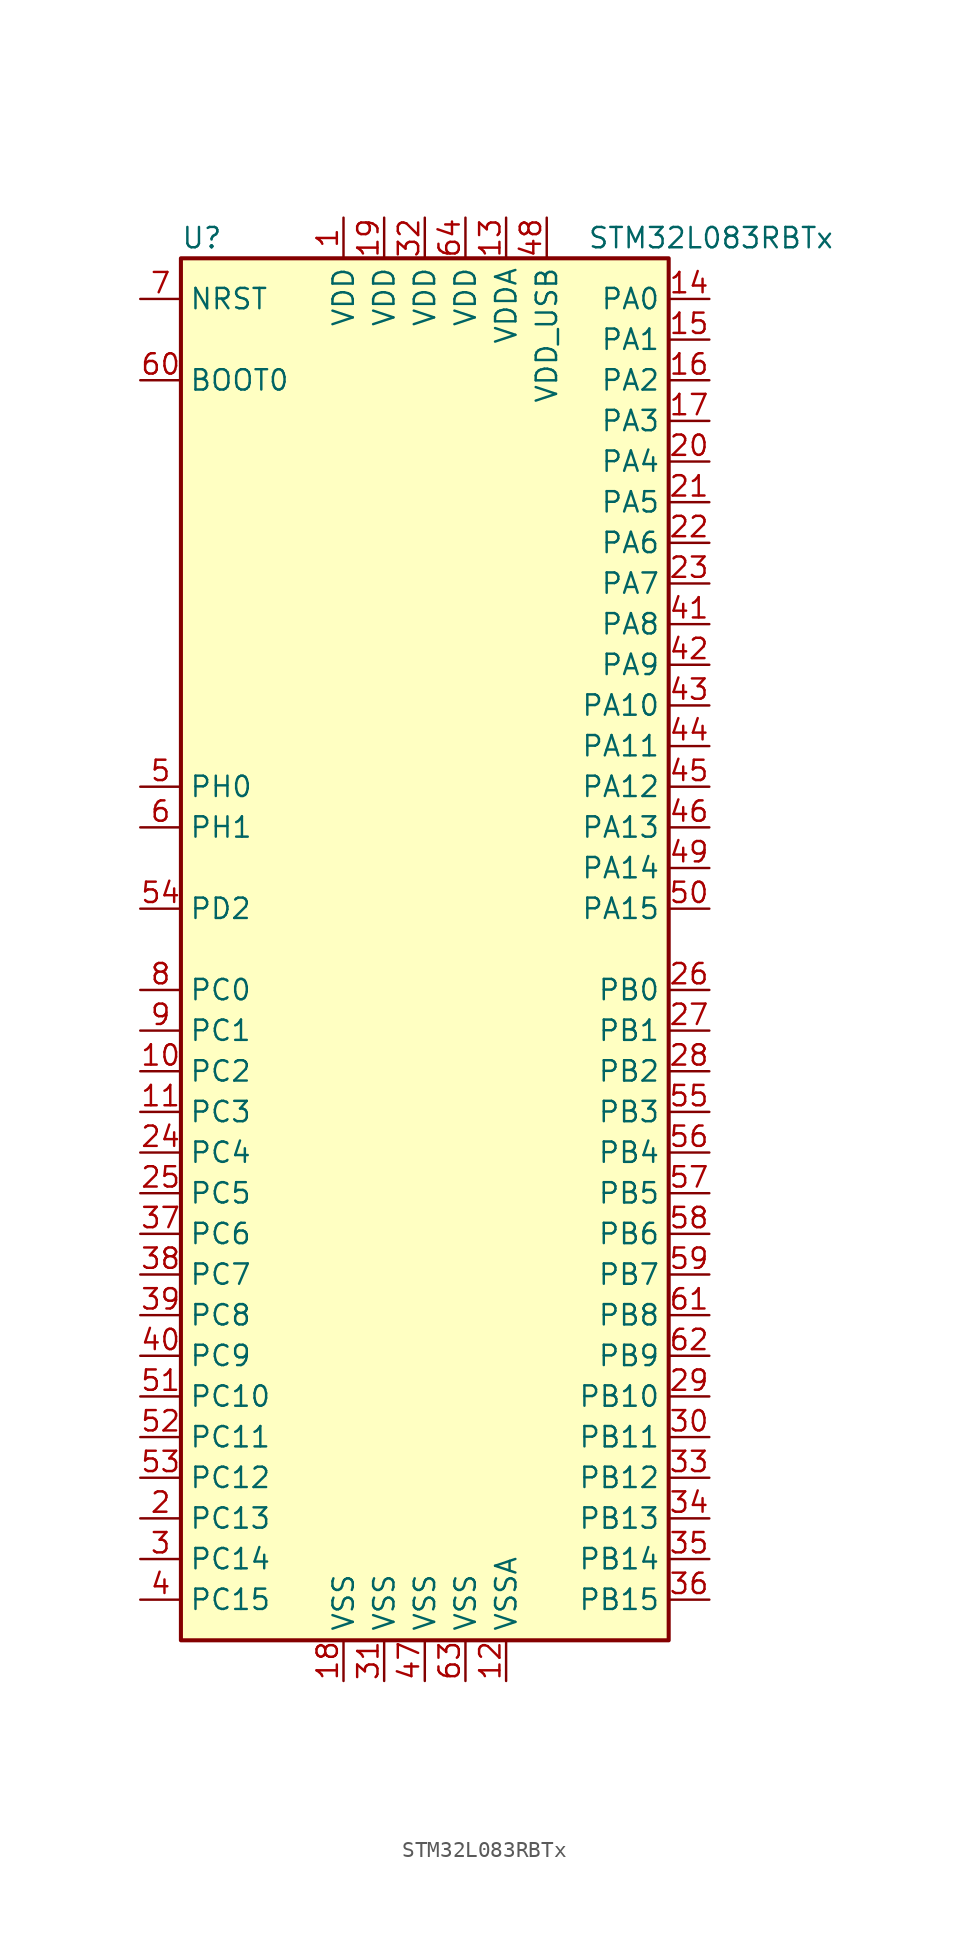
<source format=kicad_sym>
(kicad_symbol_lib
  (version 20211014)
  (generator kicad_symbol_editor)
  (symbol "STM32L083RBTx"
    (property "Reference" "U"
      (at -15.24 44.45 0)
      (effects (font (size 1.27 1.27)) (justify left)))
    (property "Value" "STM32L083RBTx"
      (at 10.16 44.45 0)
      (effects (font (size 1.27 1.27)) (justify left)))
    (symbol "STM32L083RBTx_0_1"
      (rectangle (start -15.24 -43.18) (end 15.24 43.18) (stroke (width 0.254) (type default) (color 0 0 0 0)) (fill (type background))))
    (symbol "STM32L083RBTx_1_1"
      (pin power_in line (at -5.08 45.72 270) (length 2.54) (name "VDD" (effects (font (size 1.27 1.27)))) (number "1" (effects (font (size 1.27 1.27)))))
      (pin bidirectional line (at -17.78 -7.62 0) (length 2.54) (name "PC2" (effects (font (size 1.27 1.27)))) (number "10" (effects (font (size 1.27 1.27)))))
      (pin bidirectional line (at -17.78 -10.16 0) (length 2.54) (name "PC3" (effects (font (size 1.27 1.27)))) (number "11" (effects (font (size 1.27 1.27)))))
      (pin power_in line (at 5.08 -45.72 90) (length 2.54) (name "VSSA" (effects (font (size 1.27 1.27)))) (number "12" (effects (font (size 1.27 1.27)))))
      (pin power_in line (at 5.08 45.72 270) (length 2.54) (name "VDDA" (effects (font (size 1.27 1.27)))) (number "13" (effects (font (size 1.27 1.27)))))
      (pin bidirectional line (at 17.78 40.64 180) (length 2.54) (name "PA0" (effects (font (size 1.27 1.27)))) (number "14" (effects (font (size 1.27 1.27)))))
      (pin bidirectional line (at 17.78 38.1 180) (length 2.54) (name "PA1" (effects (font (size 1.27 1.27)))) (number "15" (effects (font (size 1.27 1.27)))))
      (pin bidirectional line (at 17.78 35.56 180) (length 2.54) (name "PA2" (effects (font (size 1.27 1.27)))) (number "16" (effects (font (size 1.27 1.27)))))
      (pin bidirectional line (at 17.78 33.02 180) (length 2.54) (name "PA3" (effects (font (size 1.27 1.27)))) (number "17" (effects (font (size 1.27 1.27)))))
      (pin power_in line (at -5.08 -45.72 90) (length 2.54) (name "VSS" (effects (font (size 1.27 1.27)))) (number "18" (effects (font (size 1.27 1.27)))))
      (pin power_in line (at -2.54 45.72 270) (length 2.54) (name "VDD" (effects (font (size 1.27 1.27)))) (number "19" (effects (font (size 1.27 1.27)))))
      (pin bidirectional line (at -17.78 -35.56 0) (length 2.54) (name "PC13" (effects (font (size 1.27 1.27)))) (number "2" (effects (font (size 1.27 1.27)))))
      (pin bidirectional line (at 17.78 30.48 180) (length 2.54) (name "PA4" (effects (font (size 1.27 1.27)))) (number "20" (effects (font (size 1.27 1.27)))))
      (pin bidirectional line (at 17.78 27.94 180) (length 2.54) (name "PA5" (effects (font (size 1.27 1.27)))) (number "21" (effects (font (size 1.27 1.27)))))
      (pin bidirectional line (at 17.78 25.4 180) (length 2.54) (name "PA6" (effects (font (size 1.27 1.27)))) (number "22" (effects (font (size 1.27 1.27)))))
      (pin bidirectional line (at 17.78 22.86 180) (length 2.54) (name "PA7" (effects (font (size 1.27 1.27)))) (number "23" (effects (font (size 1.27 1.27)))))
      (pin bidirectional line (at -17.78 -12.7 0) (length 2.54) (name "PC4" (effects (font (size 1.27 1.27)))) (number "24" (effects (font (size 1.27 1.27)))))
      (pin bidirectional line (at -17.78 -15.24 0) (length 2.54) (name "PC5" (effects (font (size 1.27 1.27)))) (number "25" (effects (font (size 1.27 1.27)))))
      (pin bidirectional line (at 17.78 -2.54 180) (length 2.54) (name "PB0" (effects (font (size 1.27 1.27)))) (number "26" (effects (font (size 1.27 1.27)))))
      (pin bidirectional line (at 17.78 -5.08 180) (length 2.54) (name "PB1" (effects (font (size 1.27 1.27)))) (number "27" (effects (font (size 1.27 1.27)))))
      (pin bidirectional line (at 17.78 -7.62 180) (length 2.54) (name "PB2" (effects (font (size 1.27 1.27)))) (number "28" (effects (font (size 1.27 1.27)))))
      (pin bidirectional line (at 17.78 -27.94 180) (length 2.54) (name "PB10" (effects (font (size 1.27 1.27)))) (number "29" (effects (font (size 1.27 1.27)))))
      (pin bidirectional line (at -17.78 -38.1 0) (length 2.54) (name "PC14" (effects (font (size 1.27 1.27)))) (number "3" (effects (font (size 1.27 1.27)))))
      (pin bidirectional line (at 17.78 -30.48 180) (length 2.54) (name "PB11" (effects (font (size 1.27 1.27)))) (number "30" (effects (font (size 1.27 1.27)))))
      (pin power_in line (at -2.54 -45.72 90) (length 2.54) (name "VSS" (effects (font (size 1.27 1.27)))) (number "31" (effects (font (size 1.27 1.27)))))
      (pin power_in line (at 0 45.72 270) (length 2.54) (name "VDD" (effects (font (size 1.27 1.27)))) (number "32" (effects (font (size 1.27 1.27)))))
      (pin bidirectional line (at 17.78 -33.02 180) (length 2.54) (name "PB12" (effects (font (size 1.27 1.27)))) (number "33" (effects (font (size 1.27 1.27)))))
      (pin bidirectional line (at 17.78 -35.56 180) (length 2.54) (name "PB13" (effects (font (size 1.27 1.27)))) (number "34" (effects (font (size 1.27 1.27)))))
      (pin bidirectional line (at 17.78 -38.1 180) (length 2.54) (name "PB14" (effects (font (size 1.27 1.27)))) (number "35" (effects (font (size 1.27 1.27)))))
      (pin bidirectional line (at 17.78 -40.64 180) (length 2.54) (name "PB15" (effects (font (size 1.27 1.27)))) (number "36" (effects (font (size 1.27 1.27)))))
      (pin bidirectional line (at -17.78 -17.78 0) (length 2.54) (name "PC6" (effects (font (size 1.27 1.27)))) (number "37" (effects (font (size 1.27 1.27)))))
      (pin bidirectional line (at -17.78 -20.32 0) (length 2.54) (name "PC7" (effects (font (size 1.27 1.27)))) (number "38" (effects (font (size 1.27 1.27)))))
      (pin bidirectional line (at -17.78 -22.86 0) (length 2.54) (name "PC8" (effects (font (size 1.27 1.27)))) (number "39" (effects (font (size 1.27 1.27)))))
      (pin bidirectional line (at -17.78 -40.64 0) (length 2.54) (name "PC15" (effects (font (size 1.27 1.27)))) (number "4" (effects (font (size 1.27 1.27)))))
      (pin bidirectional line (at -17.78 -25.4 0) (length 2.54) (name "PC9" (effects (font (size 1.27 1.27)))) (number "40" (effects (font (size 1.27 1.27)))))
      (pin bidirectional line (at 17.78 20.32 180) (length 2.54) (name "PA8" (effects (font (size 1.27 1.27)))) (number "41" (effects (font (size 1.27 1.27)))))
      (pin bidirectional line (at 17.78 17.78 180) (length 2.54) (name "PA9" (effects (font (size 1.27 1.27)))) (number "42" (effects (font (size 1.27 1.27)))))
      (pin bidirectional line (at 17.78 15.24 180) (length 2.54) (name "PA10" (effects (font (size 1.27 1.27)))) (number "43" (effects (font (size 1.27 1.27)))))
      (pin bidirectional line (at 17.78 12.7 180) (length 2.54) (name "PA11" (effects (font (size 1.27 1.27)))) (number "44" (effects (font (size 1.27 1.27)))))
      (pin bidirectional line (at 17.78 10.16 180) (length 2.54) (name "PA12" (effects (font (size 1.27 1.27)))) (number "45" (effects (font (size 1.27 1.27)))))
      (pin bidirectional line (at 17.78 7.62 180) (length 2.54) (name "PA13" (effects (font (size 1.27 1.27)))) (number "46" (effects (font (size 1.27 1.27)))))
      (pin power_in line (at 0 -45.72 90) (length 2.54) (name "VSS" (effects (font (size 1.27 1.27)))) (number "47" (effects (font (size 1.27 1.27)))))
      (pin power_in line (at 7.62 45.72 270) (length 2.54) (name "VDD_USB" (effects (font (size 1.27 1.27)))) (number "48" (effects (font (size 1.27 1.27)))))
      (pin bidirectional line (at 17.78 5.08 180) (length 2.54) (name "PA14" (effects (font (size 1.27 1.27)))) (number "49" (effects (font (size 1.27 1.27)))))
      (pin input line (at -17.78 10.16 0) (length 2.54) (name "PH0" (effects (font (size 1.27 1.27)))) (number "5" (effects (font (size 1.27 1.27)))))
      (pin bidirectional line (at 17.78 2.54 180) (length 2.54) (name "PA15" (effects (font (size 1.27 1.27)))) (number "50" (effects (font (size 1.27 1.27)))))
      (pin bidirectional line (at -17.78 -27.94 0) (length 2.54) (name "PC10" (effects (font (size 1.27 1.27)))) (number "51" (effects (font (size 1.27 1.27)))))
      (pin bidirectional line (at -17.78 -30.48 0) (length 2.54) (name "PC11" (effects (font (size 1.27 1.27)))) (number "52" (effects (font (size 1.27 1.27)))))
      (pin bidirectional line (at -17.78 -33.02 0) (length 2.54) (name "PC12" (effects (font (size 1.27 1.27)))) (number "53" (effects (font (size 1.27 1.27)))))
      (pin bidirectional line (at -17.78 2.54 0) (length 2.54) (name "PD2" (effects (font (size 1.27 1.27)))) (number "54" (effects (font (size 1.27 1.27)))))
      (pin bidirectional line (at 17.78 -10.16 180) (length 2.54) (name "PB3" (effects (font (size 1.27 1.27)))) (number "55" (effects (font (size 1.27 1.27)))))
      (pin bidirectional line (at 17.78 -12.7 180) (length 2.54) (name "PB4" (effects (font (size 1.27 1.27)))) (number "56" (effects (font (size 1.27 1.27)))))
      (pin bidirectional line (at 17.78 -15.24 180) (length 2.54) (name "PB5" (effects (font (size 1.27 1.27)))) (number "57" (effects (font (size 1.27 1.27)))))
      (pin bidirectional line (at 17.78 -17.78 180) (length 2.54) (name "PB6" (effects (font (size 1.27 1.27)))) (number "58" (effects (font (size 1.27 1.27)))))
      (pin bidirectional line (at 17.78 -20.32 180) (length 2.54) (name "PB7" (effects (font (size 1.27 1.27)))) (number "59" (effects (font (size 1.27 1.27)))))
      (pin input line (at -17.78 7.62 0) (length 2.54) (name "PH1" (effects (font (size 1.27 1.27)))) (number "6" (effects (font (size 1.27 1.27)))))
      (pin input line (at -17.78 35.56 0) (length 2.54) (name "BOOT0" (effects (font (size 1.27 1.27)))) (number "60" (effects (font (size 1.27 1.27)))))
      (pin bidirectional line (at 17.78 -22.86 180) (length 2.54) (name "PB8" (effects (font (size 1.27 1.27)))) (number "61" (effects (font (size 1.27 1.27)))))
      (pin bidirectional line (at 17.78 -25.4 180) (length 2.54) (name "PB9" (effects (font (size 1.27 1.27)))) (number "62" (effects (font (size 1.27 1.27)))))
      (pin power_in line (at 2.54 -45.72 90) (length 2.54) (name "VSS" (effects (font (size 1.27 1.27)))) (number "63" (effects (font (size 1.27 1.27)))))
      (pin power_in line (at 2.54 45.72 270) (length 2.54) (name "VDD" (effects (font (size 1.27 1.27)))) (number "64" (effects (font (size 1.27 1.27)))))
      (pin input line (at -17.78 40.64 0) (length 2.54) (name "NRST" (effects (font (size 1.27 1.27)))) (number "7" (effects (font (size 1.27 1.27)))))
      (pin bidirectional line (at -17.78 -2.54 0) (length 2.54) (name "PC0" (effects (font (size 1.27 1.27)))) (number "8" (effects (font (size 1.27 1.27)))))
      (pin bidirectional line (at -17.78 -5.08 0) (length 2.54) (name "PC1" (effects (font (size 1.27 1.27)))) (number "9" (effects (font (size 1.27 1.27))))))))
</source>
